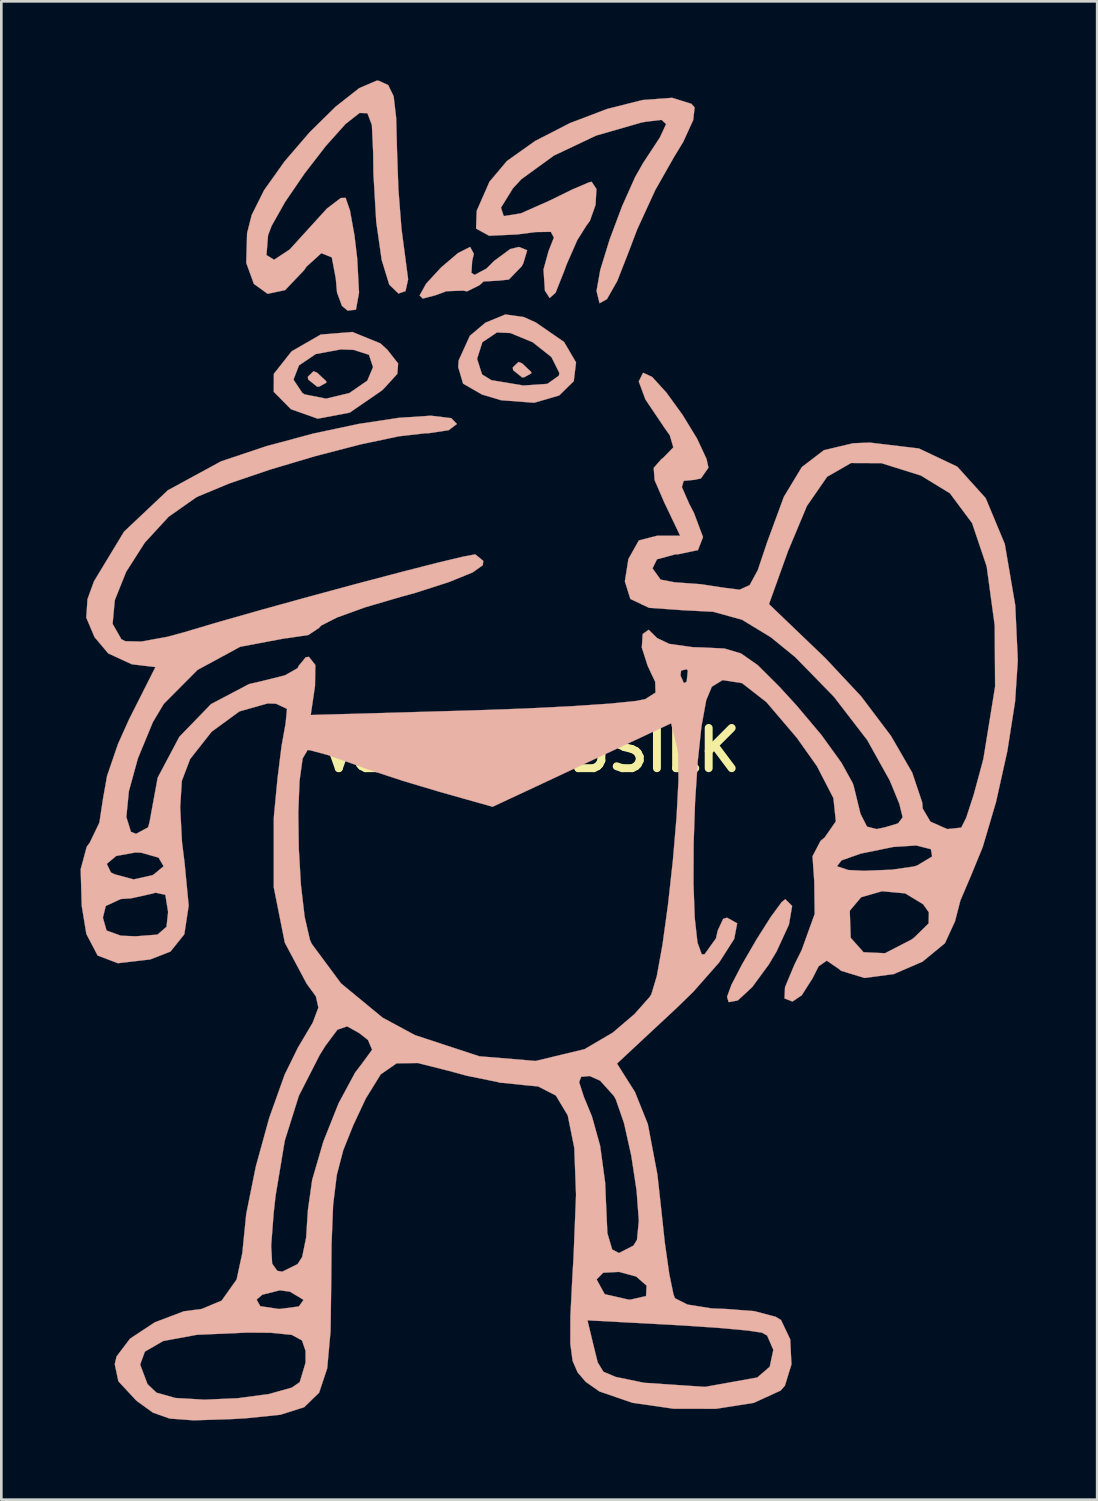
<source format=kicad_pcb>
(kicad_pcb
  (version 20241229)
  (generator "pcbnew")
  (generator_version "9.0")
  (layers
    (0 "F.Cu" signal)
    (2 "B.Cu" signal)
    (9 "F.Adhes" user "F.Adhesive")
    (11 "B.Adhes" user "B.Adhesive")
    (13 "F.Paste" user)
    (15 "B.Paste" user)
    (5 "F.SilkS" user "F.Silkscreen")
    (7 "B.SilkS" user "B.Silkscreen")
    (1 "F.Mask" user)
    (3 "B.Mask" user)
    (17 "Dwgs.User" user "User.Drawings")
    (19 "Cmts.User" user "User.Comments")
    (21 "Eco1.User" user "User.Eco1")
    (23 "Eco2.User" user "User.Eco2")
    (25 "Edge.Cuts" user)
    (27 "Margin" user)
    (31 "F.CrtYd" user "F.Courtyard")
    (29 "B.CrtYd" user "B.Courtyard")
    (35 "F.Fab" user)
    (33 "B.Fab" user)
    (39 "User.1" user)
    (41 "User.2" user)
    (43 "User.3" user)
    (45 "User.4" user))
  (footprint "v3betterBSILK"
    (layer "F.Cu")
    (at 17.074 25.351)
    (property "Reference" "v3betterBSILK" (at 0 0 0) (layer "F.SilkS") (effects (font (size 1.524 1.524) (thickness 0.3))))
    (attr through_hole)
    (fp_poly (pts (xy -8.114 -14.287) (xy -7.777 -13.97) (xy -7.761 -13.914) (xy -8.034 -13.762) (xy -8.114 -13.758) (xy -8.453 -14.03) (xy -8.467 -14.132) (xy -8.251 -14.343) (xy -8.114 -14.287)) (stroke (width 0.01) (type solid)) (fill yes) (layer "B.SilkS"))
    (fp_poly (pts (xy -0.353 -14.64) (xy -0.016 -14.323) (xy 0 -14.267) (xy -0.273 -14.115) (xy -0.353 -14.111) (xy -0.692 -14.382) (xy -0.706 -14.485) (xy -0.489 -14.695) (xy -0.353 -14.64)) (stroke (width 0.01) (type solid)) (fill yes) (layer "B.SilkS"))
    (fp_poly (pts (xy 9.873 5.906) (xy 9.753 6.608) (xy 9.284 7.629) (xy 8.991 8.121) (xy 8.361 8.979) (xy 7.814 9.485) (xy 7.469 9.548) (xy 7.408 9.349) (xy 7.574 8.894) (xy 7.988 8.098) (xy 8.527 7.171) (xy 9.064 6.323) (xy 9.476 5.762) (xy 9.613 5.65) (xy 9.873 5.906)) (stroke (width 0.01) (type solid)) (fill yes) (layer "B.SilkS"))
    (fp_poly (pts (xy -0.16 -18.924) (xy -0.307 -18.433) (xy -0.367 -18.317) (xy -0.854 -17.815) (xy -1.25 -17.773) (xy -1.813 -17.743) (xy -1.961 -17.605) (xy -2.438 -17.367) (xy -2.59 -17.396) (xy -3.222 -17.373) (xy -3.616 -17.226) (xy -4.113 -17.095) (xy -4.233 -17.212) (xy -3.988 -17.657) (xy -3.421 -18.272) (xy -2.781 -18.817) (xy -2.321 -19.05) (xy -2.18 -18.789) (xy -2.244 -18.521) (xy -2.272 -18.066) (xy -2.149 -17.992) (xy -1.699 -18.233) (xy -1.411 -18.521) (xy -0.804 -18.969) (xy -0.474 -19.05) (xy -0.16 -18.924)) (stroke (width 0.01) (type solid)) (fill yes) (layer "B.SilkS"))
    (fp_poly (pts (xy -5.718 -15.397) (xy -5.456 -15.156) (xy -5.048 -14.637) (xy -5.077 -14.245) (xy -5.581 -13.692) (xy -5.666 -13.611) (xy -6.883 -12.775) (xy -8.094 -12.546) (xy -9.107 -12.906) (xy -9.756 -13.562) (xy -9.754 -14.023) (xy -9.011 -14.023) (xy -8.675 -13.52) (xy -8.584 -13.464) (xy -7.776 -13.305) (xy -6.894 -13.516) (xy -6.213 -13.988) (xy -5.997 -14.498) (xy -6.152 -14.966) (xy -6.734 -15.152) (xy -7.22 -15.169) (xy -8.167 -14.994) (xy -8.804 -14.563) (xy -9.011 -14.023) (xy -9.754 -14.023) (xy -9.753 -14.246) (xy -9.099 -15.073) (xy -9.061 -15.108) (xy -7.978 -15.732) (xy -6.781 -15.83) (xy -5.718 -15.397)) (stroke (width 0.01) (type solid)) (fill yes) (layer "B.SilkS"))
    (fp_poly (pts (xy -0.287 -16.393) (xy 0.164 -16.191) (xy 1.235 -15.452) (xy 1.69 -14.676) (xy 1.603 -13.967) (xy 1.05 -13.425) (xy 0.106 -13.15) (xy -1.152 -13.245) (xy -1.872 -13.461) (xy -2.587 -13.873) (xy -2.773 -14.503) (xy -2.754 -14.753) (xy -2.727 -14.812) (xy -2.058 -14.812) (xy -1.87 -14.222) (xy -1.52 -14.005) (xy -0.303 -13.802) (xy 0.604 -13.865) (xy 1.041 -14.175) (xy 1.058 -14.279) (xy 0.759 -14.878) (xy 0.048 -15.442) (xy -0.799 -15.79) (xy -1.306 -15.812) (xy -1.858 -15.443) (xy -2.058 -14.812) (xy -2.727 -14.812) (xy -2.331 -15.685) (xy -1.744 -16.18) (xy -0.984 -16.493) (xy -0.287 -16.393)) (stroke (width 0.01) (type solid)) (fill yes) (layer "B.SilkS"))
    (fp_poly (pts (xy -5.775 -25.341) (xy -5.423 -25.178) (xy -5.218 -24.756) (xy -5.12 -23.919) (xy -5.091 -22.749) (xy -5.037 -21.227) (xy -4.922 -19.748) (xy -4.795 -18.785) (xy -4.669 -17.823) (xy -4.768 -17.377) (xy -5.035 -17.286) (xy -5.383 -17.621) (xy -5.67 -18.559) (xy -5.876 -19.996) (xy -5.983 -21.832) (xy -5.994 -22.655) (xy -6.042 -23.672) (xy -6.211 -24.114) (xy -6.507 -24.124) (xy -7.038 -23.708) (xy -7.782 -22.878) (xy -8.593 -21.829) (xy -9.328 -20.754) (xy -9.839 -19.847) (xy -9.973 -19.491) (xy -10.033 -18.741) (xy -9.743 -18.565) (xy -9.153 -18.954) (xy -8.425 -19.755) (xy -7.741 -20.506) (xy -7.218 -20.903) (xy -7.036 -20.908) (xy -6.872 -20.433) (xy -6.701 -19.486) (xy -6.597 -18.609) (xy -6.528 -17.318) (xy -6.645 -16.674) (xy -6.96 -16.639) (xy -7.173 -16.816) (xy -7.361 -17.322) (xy -7.408 -17.853) (xy -7.559 -18.656) (xy -7.956 -18.813) (xy -8.517 -18.304) (xy -8.613 -18.165) (xy -9.328 -17.415) (xy -9.99 -17.275) (xy -10.51 -17.65) (xy -10.799 -18.447) (xy -10.767 -19.57) (xy -10.591 -20.261) (xy -10.124 -21.197) (xy -9.348 -22.288) (xy -8.4 -23.391) (xy -7.412 -24.363) (xy -6.522 -25.062) (xy -5.864 -25.346) (xy -5.775 -25.341)) (stroke (width 0.01) (type solid)) (fill yes) (layer "B.SilkS"))
    (fp_poly (pts (xy 6.059 -24.469) (xy 6.18 -24.332) (xy 6.127 -23.856) (xy 5.75 -23.032) (xy 5.394 -22.445) (xy 4.686 -21.197) (xy 4.002 -19.707) (xy 3.707 -18.927) (xy 3.252 -17.764) (xy 2.859 -17.072) (xy 2.581 -16.918) (xy 2.47 -17.365) (xy 2.469 -17.4) (xy 2.608 -18.18) (xy 2.962 -19.331) (xy 3.434 -20.591) (xy 3.928 -21.696) (xy 4.228 -22.225) (xy 4.866 -23.196) (xy 5.101 -23.703) (xy 4.926 -23.862) (xy 4.338 -23.792) (xy 4.163 -23.76) (xy 2.449 -23.267) (xy 0.852 -22.51) (xy -0.382 -21.615) (xy -0.702 -21.268) (xy -1.154 -20.536) (xy -1.048 -20.218) (xy -0.4 -20.321) (xy 0.665 -20.793) (xy 1.559 -21.23) (xy 2.164 -21.489) (xy 2.279 -21.519) (xy 2.462 -21.245) (xy 2.428 -20.641) (xy 2.214 -20.036) (xy 2.09 -19.87) (xy 1.737 -19.309) (xy 1.333 -18.389) (xy 1.236 -18.124) (xy 0.914 -17.315) (xy 0.69 -17.116) (xy 0.511 -17.397) (xy 0.458 -18.195) (xy 0.648 -18.888) (xy 0.851 -19.405) (xy 0.735 -19.622) (xy 0.157 -19.613) (xy -0.541 -19.523) (xy -1.599 -19.473) (xy -2.096 -19.745) (xy -2.071 -20.417) (xy -1.588 -21.519) (xy -0.928 -22.303) (xy 0.14 -23.062) (xy 1.458 -23.739) (xy 2.867 -24.275) (xy 4.21 -24.614) (xy 5.327 -24.697) (xy 6.059 -24.469)) (stroke (width 0.01) (type solid)) (fill yes) (layer "B.SilkS"))
    (fp_poly (pts (xy 4.571 -14.127) (xy 5.112 -13.533) (xy 5.722 -12.692) (xy 6.272 -11.792) (xy 6.632 -11.02) (xy 6.703 -10.691) (xy 6.419 -10.283) (xy 6.174 -10.231) (xy 5.766 -10.191) (xy 5.698 -9.954) (xy 5.967 -9.34) (xy 6.156 -8.973) (xy 6.498 -8.062) (xy 6.306 -7.569) (xy 5.544 -7.409) (xy 5.447 -7.408) (xy 4.754 -7.221) (xy 4.586 -6.879) (xy 4.89 -6.452) (xy 5.424 -6.35) (xy 6.417 -6.278) (xy 7.291 -6.144) (xy 7.884 -6.07) (xy 8.265 -6.244) (xy 8.572 -6.81) (xy 8.927 -7.867) (xy 9.56 -9.587) (xy 10.24 -10.713) (xy 11.077 -11.353) (xy 12.184 -11.616) (xy 12.814 -11.64) (xy 14.673 -11.418) (xy 16.127 -10.729) (xy 17.203 -9.536) (xy 17.926 -7.799) (xy 18.322 -5.482) (xy 18.419 -3.397) (xy 18.316 -1.833) (xy 18.022 0.044) (xy 17.594 1.969) (xy 17.089 3.677) (xy 16.644 4.763) (xy 16.244 5.7) (xy 16.043 6.478) (xy 16.043 6.483) (xy 15.659 7.318) (xy 14.809 8.017) (xy 13.72 8.486) (xy 12.618 8.633) (xy 11.733 8.364) (xy 11.642 8.291) (xy 11.184 7.977) (xy 10.874 8.194) (xy 10.649 8.641) (xy 10.236 9.29) (xy 9.885 9.525) (xy 9.585 9.409) (xy 9.603 8.983) (xy 9.961 8.127) (xy 10.232 7.582) (xy 10.728 6.207) (xy 10.726 6.106) (xy 12.056 6.106) (xy 12.091 7.112) (xy 12.577 7.659) (xy 13.39 7.696) (xy 14.404 7.173) (xy 14.502 7.096) (xy 15.041 6.568) (xy 15.051 6.149) (xy 14.835 5.843) (xy 14.155 5.43) (xy 13.278 5.349) (xy 12.486 5.575) (xy 12.061 6.081) (xy 12.056 6.106) (xy 10.726 6.106) (xy 10.711 4.981) (xy 10.671 4.402) (xy 11.569 4.402) (xy 12 4.545) (xy 12.583 4.575) (xy 13.651 4.533) (xy 14.477 4.413) (xy 14.611 4.372) (xy 15.174 4.033) (xy 15.129 3.756) (xy 14.572 3.616) (xy 13.704 3.672) (xy 12.474 3.923) (xy 11.745 4.18) (xy 11.569 4.402) (xy 10.671 4.402) (xy 10.645 4.024) (xy 10.95 3.441) (xy 11.105 3.313) (xy 11.529 2.703) (xy 11.436 1.821) (xy 10.811 0.61) (xy 10.052 -0.46) (xy 8.901 -1.811) (xy 7.976 -2.532) (xy 7.24 -2.647) (xy 6.832 -2.397) (xy 6.619 -1.884) (xy 6.439 -0.894) (xy 6.298 0.433) (xy 6.198 1.96) (xy 6.143 3.547) (xy 6.137 5.058) (xy 6.184 6.352) (xy 6.288 7.292) (xy 6.451 7.74) (xy 6.56 7.733) (xy 6.989 7.133) (xy 7.056 6.836) (xy 7.261 6.395) (xy 7.408 6.35) (xy 7.792 6.564) (xy 7.679 7.154) (xy 7.112 8.042) (xy 6.136 9.15) (xy 5.5 9.769) (xy 3.24 11.875) (xy 3.92 12.95) (xy 4.409 14.168) (xy 4.77 16.074) (xy 4.893 17.191) (xy 5.05 18.647) (xy 5.221 19.849) (xy 5.379 20.613) (xy 5.436 20.762) (xy 5.91 21.001) (xy 6.828 21.147) (xy 7.359 21.167) (xy 8.443 21.251) (xy 9.254 21.465) (xy 9.454 21.59) (xy 9.8 22.318) (xy 9.847 23.267) (xy 9.599 24.073) (xy 9.437 24.258) (xy 8.421 24.723) (xy 6.991 24.948) (xy 5.383 24.945) (xy 3.834 24.723) (xy 2.581 24.294) (xy 2.055 23.927) (xy 1.749 23.568) (xy 1.56 23.134) (xy 1.473 22.481) (xy 1.475 21.598) (xy 2.123 21.598) (xy 2.346 22.529) (xy 2.51 23.191) (xy 2.725 23.544) (xy 3.192 23.741) (xy 4.117 23.933) (xy 4.273 23.964) (xy 6.574 24.118) (xy 8.555 23.762) (xy 9.025 23.356) (xy 9.161 22.714) (xy 8.926 22.174) (xy 8.731 22.065) (xy 8.196 21.985) (xy 7.146 21.889) (xy 5.775 21.795) (xy 5.207 21.763) (xy 2.123 21.598) (xy 1.475 21.598) (xy 1.475 21.464) (xy 1.546 20.05) (xy 2.469 20.05) (xy 2.775 20.608) (xy 3.675 20.813) (xy 3.752 20.814) (xy 4.34 20.678) (xy 4.361 20.285) (xy 3.969 19.94) (xy 3.319 19.764) (xy 2.717 19.795) (xy 2.469 20.05) (xy 1.546 20.05) (xy 1.551 19.939) (xy 1.594 19.24) (xy 1.69 16.842) (xy 1.623 15.065) (xy 1.375 13.836) (xy 0.925 13.085) (xy 0.255 12.741) (xy -0.183 12.7) (xy -1.166 12.597) (xy -1.255 12.579) (xy 1.806 12.579) (xy 1.984 13.129) (xy 2.293 13.88) (xy 2.602 14.988) (xy 2.792 16.383) (xy 2.822 17.098) (xy 2.877 18.301) (xy 3.058 18.913) (xy 3.314 19.05) (xy 3.865 18.767) (xy 3.997 18.551) (xy 4.068 17.829) (xy 3.983 16.684) (xy 3.783 15.368) (xy 3.508 14.134) (xy 3.198 13.237) (xy 3.124 13.102) (xy 2.604 12.524) (xy 2.208 12.347) (xy 1.884 12.376) (xy 1.806 12.579) (xy -1.255 12.579) (xy -2.443 12.336) (xy -3.137 12.149) (xy -4.306 11.854) (xy -5.107 11.867) (xy -5.707 12.283) (xy -6.272 13.197) (xy -6.747 14.21) (xy -7.126 15.156) (xy -7.371 16.094) (xy -7.509 17.219) (xy -7.569 18.726) (xy -7.579 20.007) (xy -7.606 22.008) (xy -7.733 23.415) (xy -8.04 24.338) (xy -8.606 24.888) (xy -9.51 25.174) (xy -10.833 25.309) (xy -11.41 25.341) (xy -12.796 25.385) (xy -13.698 25.318) (xy -14.333 25.094) (xy -14.92 24.67) (xy -14.977 24.621) (xy -15.641 23.907) (xy -15.775 23.273) (xy -14.817 23.273) (xy -14.54 24.011) (xy -14.199 24.337) (xy -13.483 24.538) (xy -12.379 24.603) (xy -11.119 24.547) (xy -9.939 24.389) (xy -9.069 24.145) (xy -8.773 23.938) (xy -8.552 23.198) (xy -8.553 22.754) (xy -8.688 22.359) (xy -9.077 22.148) (xy -9.888 22.068) (xy -10.76 22.062) (xy -12.669 22.146) (xy -13.943 22.381) (xy -14.638 22.783) (xy -14.817 23.273) (xy -15.775 23.273) (xy -15.778 23.259) (xy -15.71 22.966) (xy -15.199 22.292) (xy -14.259 21.672) (xy -13.161 21.256) (xy -12.486 21.167) (xy -11.731 20.851) (xy -11.704 20.814) (xy -10.407 20.814) (xy -10.268 21.062) (xy -9.577 21.166) (xy -9.525 21.167) (xy -8.808 21.073) (xy -8.634 20.831) (xy -8.643 20.814) (xy -9.142 20.514) (xy -9.525 20.461) (xy -10.192 20.628) (xy -10.407 20.814) (xy -11.704 20.814) (xy -11.164 20.052) (xy -10.947 19.05) (xy -10.92 18.775) (xy -9.856 18.775) (xy -9.818 19.45) (xy -9.625 19.723) (xy -9.437 19.756) (xy -8.854 19.469) (xy -8.681 19.198) (xy -8.531 18.464) (xy -8.467 17.47) (xy -8.467 17.447) (xy -8.302 16.28) (xy -7.879 14.829) (xy -7.303 13.381) (xy -6.678 12.22) (xy -6.415 11.874) (xy -6.032 11.351) (xy -6.189 10.982) (xy -6.519 10.722) (xy -6.979 10.465) (xy -7.347 10.593) (xy -7.805 11.207) (xy -8.016 11.547) (xy -8.805 13.09) (xy -9.34 14.792) (xy -9.69 16.892) (xy -9.762 17.551) (xy -9.856 18.775) (xy -10.92 18.775) (xy -10.799 17.567) (xy -10.436 15.772) (xy -9.928 13.93) (xy -9.347 12.301) (xy -8.843 11.273) (xy -8.283 10.328) (xy -8.067 9.755) (xy -8.163 9.326) (xy -8.508 8.856) (xy -9.338 7.298) (xy -9.757 5.2) (xy -9.757 2.601) (xy -9.747 2.469) (xy -9.738 2.368) (xy -8.828 2.368) (xy -8.809 3.743) (xy -8.728 5.12) (xy -8.587 6.322) (xy -8.391 7.176) (xy -8.322 7.338) (xy -7.209 8.84) (xy -5.637 10.136) (xy -4.41 10.798) (xy -1.973 11.599) (xy 0.159 11.776) (xy 2.012 11.33) (xy 3.082 10.702) (xy 3.902 10.002) (xy 4.477 9.354) (xy 4.544 9.246) (xy 4.748 8.565) (xy 4.965 7.366) (xy 5.175 5.837) (xy 5.359 4.164) (xy 5.497 2.535) (xy 5.57 1.137) (xy 5.558 0.157) (xy 5.521 -0.09) (xy 5.29 -1.01) (xy 1.91 0.57) (xy -1.47 2.15) (xy -3.469 1.587) (xy -4.85 1.174) (xy -6.187 0.734) (xy -6.798 0.512) (xy -7.726 0.186) (xy -8.381 0.01) (xy -8.474 0) (xy -8.664 0.321) (xy -8.781 1.169) (xy -8.828 2.368) (xy -9.738 2.368) (xy -9.613 1.063) (xy -9.461 -0.155) (xy -9.321 -0.935) (xy -9.312 -0.97) (xy -9.256 -1.557) (xy -9.669 -1.753) (xy -9.986 -1.764) (xy -11.056 -1.462) (xy -12.111 -0.691) (xy -12.924 0.343) (xy -13.238 1.168) (xy -13.301 2.166) (xy -13.233 3.483) (xy -13.135 4.27) (xy -12.979 5.894) (xy -13.144 6.979) (xy -13.669 7.633) (xy -14.432 7.931) (xy -15.659 8.074) (xy -16.426 7.784) (xy -16.854 6.967) (xy -16.955 6.35) (xy -16.228 6.35) (xy -16.09 6.836) (xy -15.55 7.032) (xy -14.993 7.056) (xy -14.16 6.991) (xy -13.818 6.695) (xy -13.758 6.136) (xy -13.863 5.485) (xy -14.238 5.403) (xy -14.316 5.43) (xy -15.16 5.618) (xy -15.551 5.644) (xy -16.12 5.908) (xy -16.228 6.35) (xy -16.955 6.35) (xy -17.029 5.899) (xy -17.069 4.517) (xy -17.014 4.313) (xy -16.081 4.313) (xy -15.925 4.637) (xy -15.789 4.705) (xy -15.066 4.901) (xy -14.369 4.745) (xy -14.318 4.726) (xy -13.928 4.403) (xy -14.118 4.077) (xy -14.774 3.89) (xy -14.993 3.881) (xy -15.724 4.013) (xy -16.081 4.313) (xy -17.014 4.313) (xy -16.841 3.668) (xy -16.72 3.5) (xy -16.36 2.75) (xy -16.228 1.874) (xy -16.069 0.981) (xy -15.657 -0.223) (xy -15.233 -1.168) (xy -14.238 -3.14) (xy -15.133 -3.246) (xy -16.025 -3.658) (xy -16.544 -4.273) (xy -16.857 -5.012) (xy -16.81 -5.714) (xy -16.565 -6.387) (xy -15.426 -8.268) (xy -13.767 -9.835) (xy -11.754 -10.93) (xy -11.731 -10.938) (xy -10.03 -11.507) (xy -8.259 -11.983) (xy -6.547 -12.347) (xy -5.02 -12.579) (xy -3.807 -12.659) (xy -3.036 -12.566) (xy -2.822 -12.347) (xy -3.132 -12.111) (xy -3.889 -11.996) (xy -4.017 -11.994) (xy -5.017 -11.879) (xy -6.468 -11.573) (xy -8.162 -11.134) (xy -9.89 -10.621) (xy -11.445 -10.092) (xy -12.616 -9.605) (xy -12.7 -9.563) (xy -13.739 -8.833) (xy -14.646 -7.846) (xy -15.348 -6.745) (xy -15.777 -5.674) (xy -15.86 -4.776) (xy -15.528 -4.195) (xy -15.38 -4.119) (xy -14.774 -4.106) (xy -13.782 -4.287) (xy -13.175 -4.452) (xy -11.84 -4.848) (xy -10.212 -5.311) (xy -8.431 -5.803) (xy -6.636 -6.289) (xy -4.968 -6.729) (xy -3.566 -7.088) (xy -2.569 -7.326) (xy -2.126 -7.408) (xy -1.823 -7.16) (xy -1.843 -6.996) (xy -2.225 -6.725) (xy -3.128 -6.357) (xy -4.385 -5.954) (xy -4.946 -5.799) (xy -6.297 -5.403) (xy -7.358 -5.019) (xy -7.965 -4.711) (xy -8.043 -4.623) (xy -8.448 -4.354) (xy -9.252 -4.234) (xy -9.303 -4.233) (xy -11.028 -3.909) (xy -12.643 -3.033) (xy -13.922 -1.747) (xy -14.334 -1.058) (xy -14.901 0.314) (xy -15.244 1.561) (xy -15.34 2.538) (xy -15.166 3.098) (xy -14.971 3.175) (xy -14.515 2.929) (xy -14.462 2.734) (xy -14.153 1.049) (xy -13.333 -0.498) (xy -12.135 -1.736) (xy -10.696 -2.495) (xy -10.206 -2.609) (xy -9.333 -2.827) (xy -8.852 -3.099) (xy -8.819 -3.179) (xy -8.546 -3.511) (xy -8.427 -3.528) (xy -8.183 -3.219) (xy -8.195 -2.426) (xy -8.357 -1.325) (xy -2.326 -1.496) (xy -0.297 -1.568) (xy 1.515 -1.657) (xy 2.979 -1.756) (xy 3.965 -1.856) (xy 4.313 -1.927) (xy 4.699 -2.174) (xy 4.688 -2.58) (xy 4.574 -2.822) (xy 5.644 -2.822) (xy 5.774 -2.532) (xy 5.88 -2.587) (xy 5.922 -3.006) (xy 5.88 -3.057) (xy 5.67 -3.009) (xy 5.644 -2.822) (xy 4.574 -2.822) (xy 4.402 -3.189) (xy 4.181 -3.877) (xy 4.214 -4.392) (xy 4.44 -4.552) (xy 4.759 -4.239) (xy 5.219 -4.019) (xy 6.113 -3.893) (xy 6.518 -3.881) (xy 7.311 -3.842) (xy 7.937 -3.656) (xy 8.569 -3.214) (xy 9.379 -2.408) (xy 10.036 -1.691) (xy 10.986 -0.562) (xy 11.741 0.484) (xy 12.17 1.261) (xy 12.212 1.396) (xy 12.462 2.419) (xy 12.707 2.901) (xy 13.065 2.995) (xy 13.384 2.93) (xy 13.882 2.781) (xy 14.058 2.549) (xy 13.933 2.038) (xy 13.574 1.162) (xy 12.717 -0.376) (xy 11.453 -2.018) (xy 9.99 -3.517) (xy 9.066 -4.27) (xy 7.973 -4.934) (xy 6.883 -5.234) (xy 5.757 -5.292) (xy 4.455 -5.384) (xy 4.16 -5.524) (xy 8.996 -5.524) (xy 11.134 -3.475) (xy 12.488 -2.027) (xy 13.616 -0.533) (xy 14.419 0.856) (xy 14.799 1.988) (xy 14.817 2.218) (xy 15.109 2.713) (xy 15.745 2.995) (xy 16.277 2.94) (xy 16.465 2.567) (xy 16.751 1.687) (xy 17.078 0.48) (xy 17.119 0.316) (xy 17.559 -2.401) (xy 17.544 -4.721) (xy 17.24 -6.953) (xy 16.688 -8.592) (xy 15.848 -9.721) (xy 14.751 -10.392) (xy 13.252 -10.862) (xy 12.103 -10.867) (xy 11.197 -10.346) (xy 10.432 -9.241) (xy 9.716 -7.529) (xy 8.996 -5.524) (xy 4.16 -5.524) (xy 3.747 -5.719) (xy 3.539 -6.385) (xy 3.673 -7.233) (xy 4.069 -7.936) (xy 4.764 -8.114) (xy 5.633 -8.114) (xy 5.028 -9.382) (xy 4.665 -10.221) (xy 4.631 -10.683) (xy 4.921 -11.013) (xy 4.997 -11.07) (xy 5.374 -11.46) (xy 5.242 -11.915) (xy 5.052 -12.183) (xy 4.318 -13.273) (xy 4.065 -13.955) (xy 4.228 -14.284) (xy 4.571 -14.127)) (stroke (width 0.01) (type solid)) (fill yes) (layer "B.SilkS")))
  (gr_rect
    (start -3 -3)
    (end 38.498 53.741)
    (stroke (width 0.1) (type default))
    (fill no)
    (layer "Edge.Cuts")))
</source>
